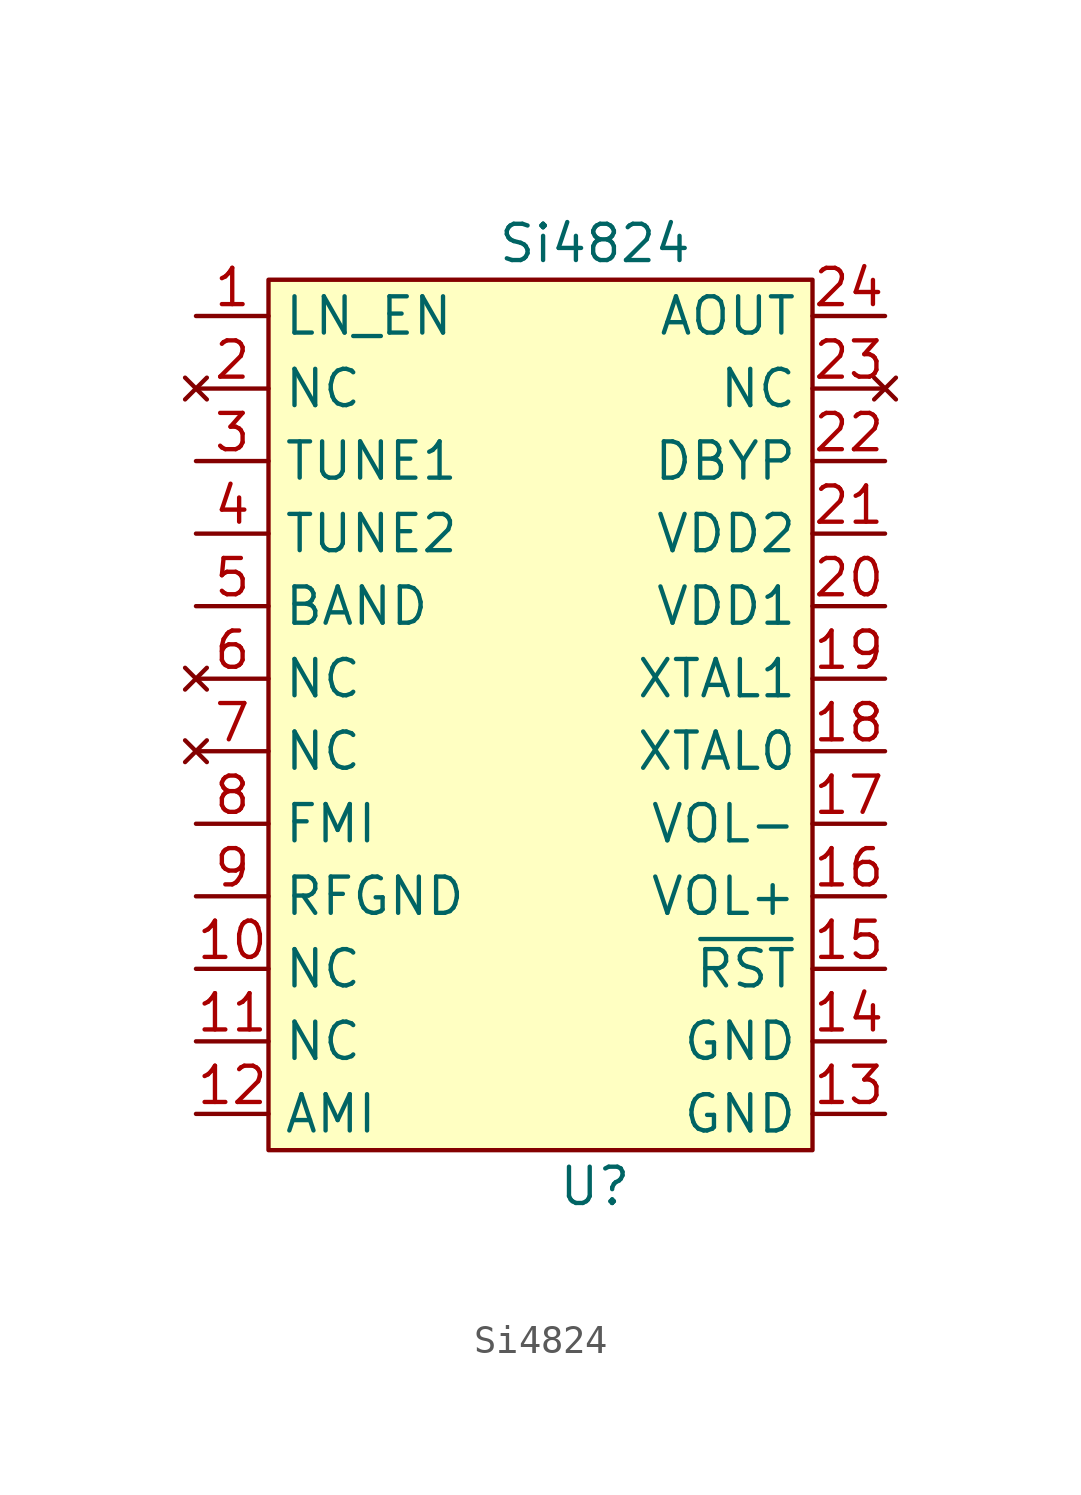
<source format=kicad_sym>
(kicad_symbol_lib
  (version 20211014)
  (generator kicad_symbol_editor)
  (symbol "Si4824"
    (property "Reference" "U"
      (at 1.27 -21.59 0)
      (effects (font (size 1.27 1.27))))
    (property "Value" "Si4824"
      (at 1.27 11.43 0)
      (effects (font (size 1.27 1.27))))
    (symbol "Si4824_0_1"
      (rectangle (start -10.16 10.16) (end 8.89 -20.32) (stroke (width 0) (type default) (color 0 0 0 0)) (fill (type background))))
    (symbol "Si4824_1_1"
      (pin input line (at -12.7 8.89 0) (length 2.54) (name "LN_EN" (effects (font (size 1.27 1.27)))) (number "1" (effects (font (size 1.27 1.27)))))
      (pin input line (at -12.7 -13.97 0) (length 2.54) (name "NC" (effects (font (size 1.27 1.27)))) (number "10" (effects (font (size 1.27 1.27)))))
      (pin input line (at -12.7 -16.51 0) (length 2.54) (name "NC" (effects (font (size 1.27 1.27)))) (number "11" (effects (font (size 1.27 1.27)))))
      (pin input line (at -12.7 -19.05 0) (length 2.54) (name "AMI" (effects (font (size 1.27 1.27)))) (number "12" (effects (font (size 1.27 1.27)))))
      (pin input line (at 11.43 -19.05 180) (length 2.54) (name "GND" (effects (font (size 1.27 1.27)))) (number "13" (effects (font (size 1.27 1.27)))))
      (pin input line (at 11.43 -16.51 180) (length 2.54) (name "GND" (effects (font (size 1.27 1.27)))) (number "14" (effects (font (size 1.27 1.27)))))
      (pin input line (at 11.43 -13.97 180) (length 2.54) (name "~{RST}" (effects (font (size 1.27 1.27)))) (number "15" (effects (font (size 1.27 1.27)))))
      (pin input line (at 11.43 -11.43 180) (length 2.54) (name "VOL+" (effects (font (size 1.27 1.27)))) (number "16" (effects (font (size 1.27 1.27)))))
      (pin input line (at 11.43 -8.89 180) (length 2.54) (name "VOL-" (effects (font (size 1.27 1.27)))) (number "17" (effects (font (size 1.27 1.27)))))
      (pin input line (at 11.43 -6.35 180) (length 2.54) (name "XTAL0" (effects (font (size 1.27 1.27)))) (number "18" (effects (font (size 1.27 1.27)))))
      (pin input line (at 11.43 -3.81 180) (length 2.54) (name "XTAL1" (effects (font (size 1.27 1.27)))) (number "19" (effects (font (size 1.27 1.27)))))
      (pin no_connect line (at -12.7 6.35 0) (length 2.54) (name "NC" (effects (font (size 1.27 1.27)))) (number "2" (effects (font (size 1.27 1.27)))))
      (pin power_in line (at 11.43 -1.27 180) (length 2.54) (name "VDD1" (effects (font (size 1.27 1.27)))) (number "20" (effects (font (size 1.27 1.27)))))
      (pin power_in line (at 11.43 1.27 180) (length 2.54) (name "VDD2" (effects (font (size 1.27 1.27)))) (number "21" (effects (font (size 1.27 1.27)))))
      (pin input line (at 11.43 3.81 180) (length 2.54) (name "DBYP" (effects (font (size 1.27 1.27)))) (number "22" (effects (font (size 1.27 1.27)))))
      (pin no_connect line (at 11.43 6.35 180) (length 2.54) (name "NC" (effects (font (size 1.27 1.27)))) (number "23" (effects (font (size 1.27 1.27)))))
      (pin output line (at 11.43 8.89 180) (length 2.54) (name "AOUT" (effects (font (size 1.27 1.27)))) (number "24" (effects (font (size 1.27 1.27)))))
      (pin input line (at -12.7 3.81 0) (length 2.54) (name "TUNE1" (effects (font (size 1.27 1.27)))) (number "3" (effects (font (size 1.27 1.27)))))
      (pin input line (at -12.7 1.27 0) (length 2.54) (name "TUNE2" (effects (font (size 1.27 1.27)))) (number "4" (effects (font (size 1.27 1.27)))))
      (pin input line (at -12.7 -1.27 0) (length 2.54) (name "BAND" (effects (font (size 1.27 1.27)))) (number "5" (effects (font (size 1.27 1.27)))))
      (pin no_connect line (at -12.7 -3.81 0) (length 2.54) (name "NC" (effects (font (size 1.27 1.27)))) (number "6" (effects (font (size 1.27 1.27)))))
      (pin no_connect line (at -12.7 -6.35 0) (length 2.54) (name "NC" (effects (font (size 1.27 1.27)))) (number "7" (effects (font (size 1.27 1.27)))))
      (pin input line (at -12.7 -8.89 0) (length 2.54) (name "FMI" (effects (font (size 1.27 1.27)))) (number "8" (effects (font (size 1.27 1.27)))))
      (pin input line (at -12.7 -11.43 0) (length 2.54) (name "RFGND" (effects (font (size 1.27 1.27)))) (number "9" (effects (font (size 1.27 1.27))))))))
</source>
